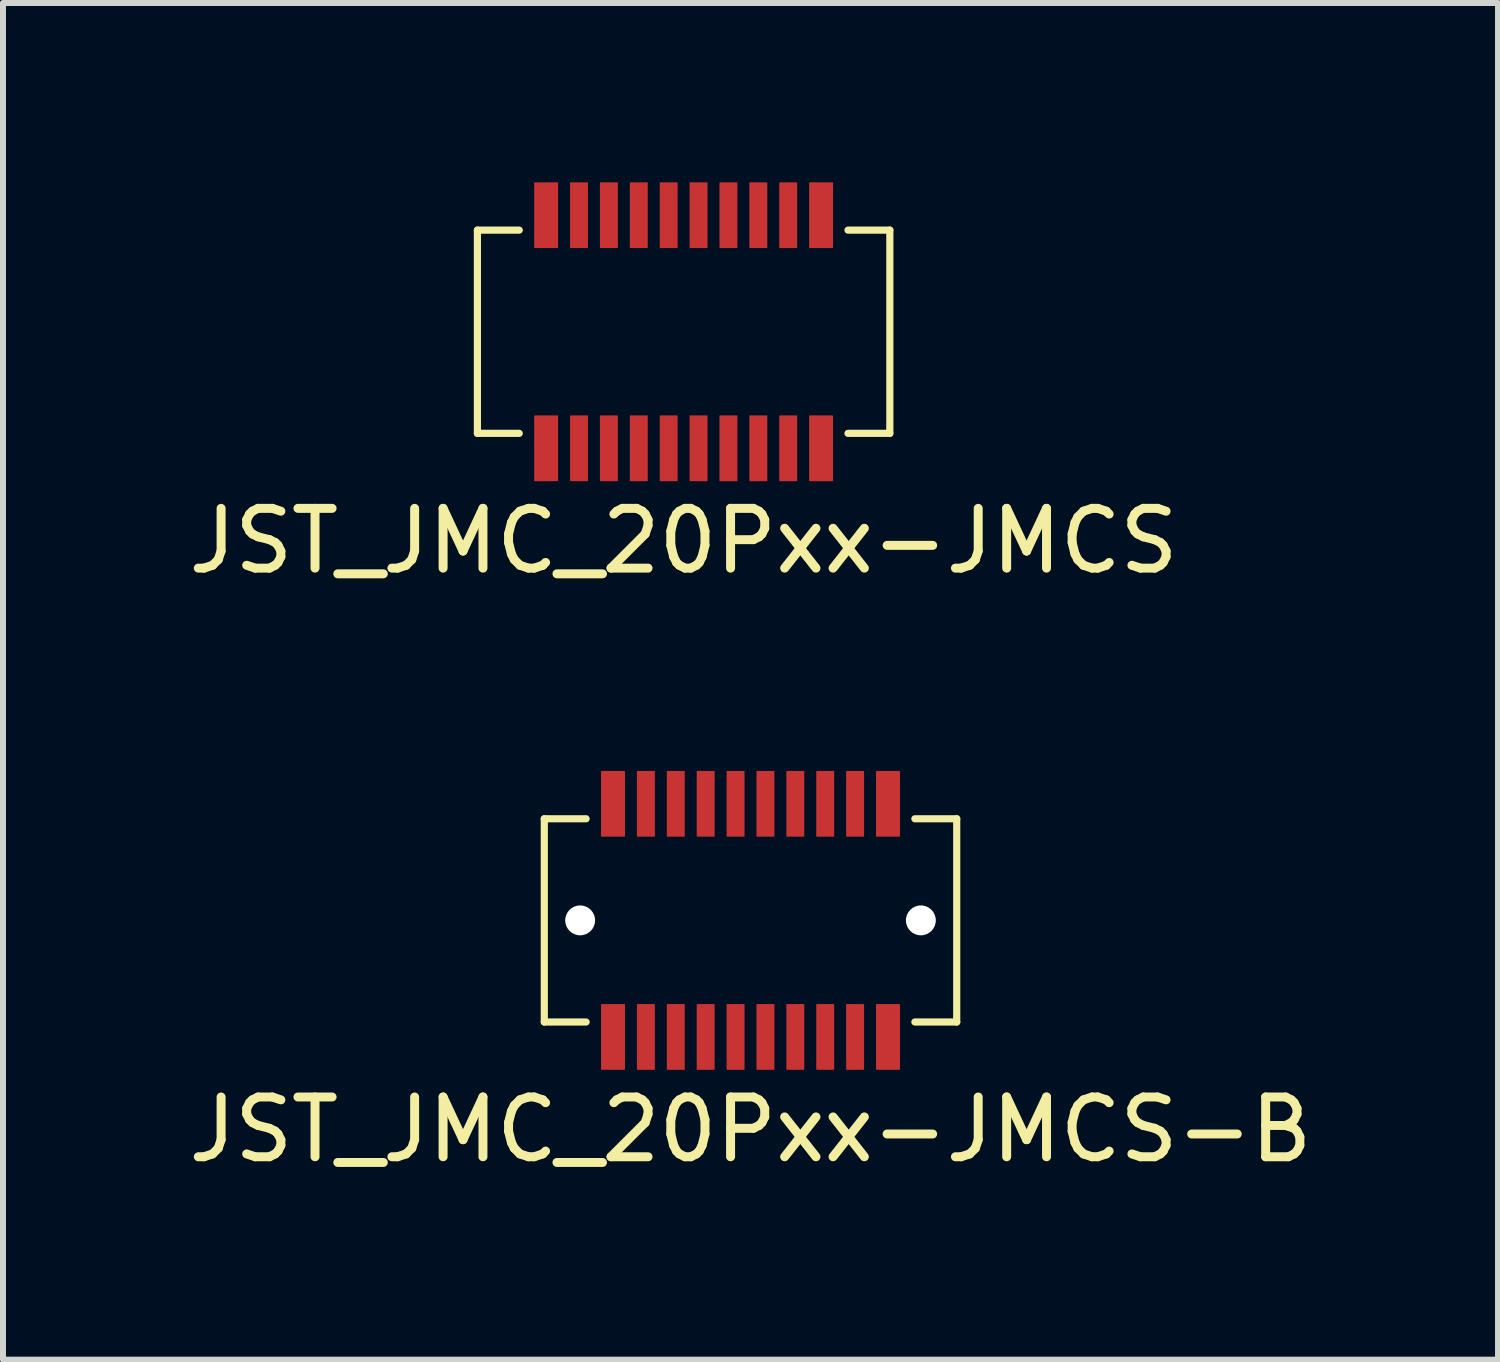
<source format=kicad_pcb>
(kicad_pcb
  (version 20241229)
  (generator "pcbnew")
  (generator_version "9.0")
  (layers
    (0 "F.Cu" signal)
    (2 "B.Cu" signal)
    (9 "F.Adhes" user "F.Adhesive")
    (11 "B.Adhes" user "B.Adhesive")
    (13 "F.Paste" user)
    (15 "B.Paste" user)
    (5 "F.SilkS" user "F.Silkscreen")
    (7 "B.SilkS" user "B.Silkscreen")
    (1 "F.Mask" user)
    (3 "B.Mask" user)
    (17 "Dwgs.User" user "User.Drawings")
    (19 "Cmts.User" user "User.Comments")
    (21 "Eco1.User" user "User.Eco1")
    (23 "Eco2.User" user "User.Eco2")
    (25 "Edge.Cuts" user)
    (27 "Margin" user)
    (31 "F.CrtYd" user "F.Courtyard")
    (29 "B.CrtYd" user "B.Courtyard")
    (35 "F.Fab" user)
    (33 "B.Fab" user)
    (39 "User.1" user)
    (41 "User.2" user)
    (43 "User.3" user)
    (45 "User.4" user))
  (footprint "JST_JMC_20Pxx-JMCS"
    (layer "F.Cu")
    (at 8.387 2.5)
    (property "Reference" "JST_JMC_20Pxx-JMCS" (at 0 3.5 0) (layer "F.SilkS") (effects (font (size 1 1) (thickness 0.15))))
    (attr through_hole)
    (fp_line (start -3.45 -1.7) (end -3.45 1.7) (stroke (width 0.12) (type solid)) (layer "F.SilkS"))
    (fp_line (start -3.45 1.7) (end -2.75 1.7) (stroke (width 0.12) (type solid)) (layer "F.SilkS"))
    (fp_line (start -2.75 -1.7) (end -3.45 -1.7) (stroke (width 0.12) (type solid)) (layer "F.SilkS"))
    (fp_line (start 2.75 1.7) (end 3.45 1.7) (stroke (width 0.12) (type solid)) (layer "F.SilkS"))
    (fp_line (start 3.45 -1.7) (end 2.75 -1.7) (stroke (width 0.12) (type solid)) (layer "F.SilkS"))
    (fp_line (start 3.45 1.7) (end 3.45 -1.7) (stroke (width 0.12) (type solid)) (layer "F.SilkS"))
    (pad "1" smd roundrect (at -2.3 -1.95) (size 0.4 1.1) (layers "F.Cu" "F.Mask" "F.Paste") (roundrect_rratio 0.025))
    (pad "2" smd roundrect (at -2.3 1.95 180) (size 0.4 1.1) (layers "F.Cu" "F.Mask" "F.Paste") (roundrect_rratio 0.025))
    (pad "3" smd roundrect (at -1.75 -1.95) (size 0.3 1.1) (layers "F.Cu" "F.Mask" "F.Paste") (roundrect_rratio 0.025))
    (pad "4" smd roundrect (at -1.75 1.95 180) (size 0.3 1.1) (layers "F.Cu" "F.Mask" "F.Paste") (roundrect_rratio 0.025))
    (pad "5" smd roundrect (at -1.25 -1.95) (size 0.3 1.1) (layers "F.Cu" "F.Mask" "F.Paste") (roundrect_rratio 0.025))
    (pad "6" smd roundrect (at -1.25 1.95 180) (size 0.3 1.1) (layers "F.Cu" "F.Mask" "F.Paste") (roundrect_rratio 0.025))
    (pad "7" smd roundrect (at -0.75 -1.95) (size 0.3 1.1) (layers "F.Cu" "F.Mask" "F.Paste") (roundrect_rratio 0.025))
    (pad "8" smd roundrect (at -0.75 1.95 180) (size 0.3 1.1) (layers "F.Cu" "F.Mask" "F.Paste") (roundrect_rratio 0.025))
    (pad "9" smd roundrect (at -0.25 -1.95) (size 0.3 1.1) (layers "F.Cu" "F.Mask" "F.Paste") (roundrect_rratio 0.025))
    (pad "10" smd roundrect (at -0.25 1.95 180) (size 0.3 1.1) (layers "F.Cu" "F.Mask" "F.Paste") (roundrect_rratio 0.025))
    (pad "11" smd roundrect (at 0.25 -1.95) (size 0.3 1.1) (layers "F.Cu" "F.Mask" "F.Paste") (roundrect_rratio 0.025))
    (pad "12" smd roundrect (at 0.25 1.95 180) (size 0.3 1.1) (layers "F.Cu" "F.Mask" "F.Paste") (roundrect_rratio 0.025))
    (pad "13" smd roundrect (at 0.75 -1.95) (size 0.3 1.1) (layers "F.Cu" "F.Mask" "F.Paste") (roundrect_rratio 0.025))
    (pad "14" smd roundrect (at 0.75 1.95 180) (size 0.3 1.1) (layers "F.Cu" "F.Mask" "F.Paste") (roundrect_rratio 0.025))
    (pad "15" smd roundrect (at 1.25 -1.95) (size 0.3 1.1) (layers "F.Cu" "F.Mask" "F.Paste") (roundrect_rratio 0.025))
    (pad "16" smd roundrect (at 1.25 1.95 180) (size 0.3 1.1) (layers "F.Cu" "F.Mask" "F.Paste") (roundrect_rratio 0.025))
    (pad "17" smd roundrect (at 1.75 -1.95) (size 0.3 1.1) (layers "F.Cu" "F.Mask" "F.Paste") (roundrect_rratio 0.025))
    (pad "18" smd roundrect (at 1.75 1.95 180) (size 0.3 1.1) (layers "F.Cu" "F.Mask" "F.Paste") (roundrect_rratio 0.025))
    (pad "19" smd roundrect (at 2.3 -1.95) (size 0.4 1.1) (layers "F.Cu" "F.Mask" "F.Paste") (roundrect_rratio 0.025))
    (pad "20" smd roundrect (at 2.3 1.95 180) (size 0.4 1.1) (layers "F.Cu" "F.Mask" "F.Paste") (roundrect_rratio 0.025)))
  (footprint "JST_JMC_20Pxx-JMCS-B"
    (layer "F.Cu")
    (at 9.506 12.348)
    (property "Reference" "JST_JMC_20Pxx-JMCS-B" (at 0 3.5 0) (layer "F.SilkS") (effects (font (size 1 1) (thickness 0.15))))
    (attr through_hole)
    (fp_line (start -3.45 -1.7) (end -3.45 1.7) (stroke (width 0.12) (type solid)) (layer "F.SilkS"))
    (fp_line (start -3.45 1.7) (end -2.75 1.7) (stroke (width 0.12) (type solid)) (layer "F.SilkS"))
    (fp_line (start -2.75 -1.7) (end -3.45 -1.7) (stroke (width 0.12) (type solid)) (layer "F.SilkS"))
    (fp_line (start 2.75 1.7) (end 3.45 1.7) (stroke (width 0.12) (type solid)) (layer "F.SilkS"))
    (fp_line (start 3.45 -1.7) (end 2.75 -1.7) (stroke (width 0.12) (type solid)) (layer "F.SilkS"))
    (fp_line (start 3.45 1.7) (end 3.45 -1.7) (stroke (width 0.12) (type solid)) (layer "F.SilkS"))
    (pad "" np_thru_hole circle (at -2.85 0) (size 0.5 0.5) (drill 0.5) (layers "*.Cu" "*.Mask"))
    (pad "" np_thru_hole circle (at 2.85 0 180) (size 0.5 0.5) (drill 0.5) (layers "*.Cu" "*.Mask"))
    (pad "1" smd roundrect (at -2.3 -1.95) (size 0.4 1.1) (layers "F.Cu" "F.Mask" "F.Paste") (roundrect_rratio 0.025))
    (pad "2" smd roundrect (at -2.3 1.95 180) (size 0.4 1.1) (layers "F.Cu" "F.Mask" "F.Paste") (roundrect_rratio 0.025))
    (pad "3" smd roundrect (at -1.75 -1.95) (size 0.3 1.1) (layers "F.Cu" "F.Mask" "F.Paste") (roundrect_rratio 0.025))
    (pad "4" smd roundrect (at -1.75 1.95 180) (size 0.3 1.1) (layers "F.Cu" "F.Mask" "F.Paste") (roundrect_rratio 0.025))
    (pad "5" smd roundrect (at -1.25 -1.95) (size 0.3 1.1) (layers "F.Cu" "F.Mask" "F.Paste") (roundrect_rratio 0.025))
    (pad "6" smd roundrect (at -1.25 1.95 180) (size 0.3 1.1) (layers "F.Cu" "F.Mask" "F.Paste") (roundrect_rratio 0.025))
    (pad "7" smd roundrect (at -0.75 -1.95) (size 0.3 1.1) (layers "F.Cu" "F.Mask" "F.Paste") (roundrect_rratio 0.025))
    (pad "8" smd roundrect (at -0.75 1.95 180) (size 0.3 1.1) (layers "F.Cu" "F.Mask" "F.Paste") (roundrect_rratio 0.025))
    (pad "9" smd roundrect (at -0.25 -1.95) (size 0.3 1.1) (layers "F.Cu" "F.Mask" "F.Paste") (roundrect_rratio 0.025))
    (pad "10" smd roundrect (at -0.25 1.95 180) (size 0.3 1.1) (layers "F.Cu" "F.Mask" "F.Paste") (roundrect_rratio 0.025))
    (pad "11" smd roundrect (at 0.25 -1.95) (size 0.3 1.1) (layers "F.Cu" "F.Mask" "F.Paste") (roundrect_rratio 0.025))
    (pad "12" smd roundrect (at 0.25 1.95 180) (size 0.3 1.1) (layers "F.Cu" "F.Mask" "F.Paste") (roundrect_rratio 0.025))
    (pad "13" smd roundrect (at 0.75 -1.95) (size 0.3 1.1) (layers "F.Cu" "F.Mask" "F.Paste") (roundrect_rratio 0.025))
    (pad "14" smd roundrect (at 0.75 1.95 180) (size 0.3 1.1) (layers "F.Cu" "F.Mask" "F.Paste") (roundrect_rratio 0.025))
    (pad "15" smd roundrect (at 1.25 -1.95) (size 0.3 1.1) (layers "F.Cu" "F.Mask" "F.Paste") (roundrect_rratio 0.025))
    (pad "16" smd roundrect (at 1.25 1.95 180) (size 0.3 1.1) (layers "F.Cu" "F.Mask" "F.Paste") (roundrect_rratio 0.025))
    (pad "17" smd roundrect (at 1.75 -1.95) (size 0.3 1.1) (layers "F.Cu" "F.Mask" "F.Paste") (roundrect_rratio 0.025))
    (pad "18" smd roundrect (at 1.75 1.95 180) (size 0.3 1.1) (layers "F.Cu" "F.Mask" "F.Paste") (roundrect_rratio 0.025))
    (pad "19" smd roundrect (at 2.3 -1.95) (size 0.4 1.1) (layers "F.Cu" "F.Mask" "F.Paste") (roundrect_rratio 0.025))
    (pad "20" smd roundrect (at 2.3 1.95 180) (size 0.4 1.1) (layers "F.Cu" "F.Mask" "F.Paste") (roundrect_rratio 0.025)))
  (gr_rect
    (start -3 -3)
    (end 22.012 19.697)
    (stroke (width 0.1) (type default))
    (fill no)
    (layer "Edge.Cuts")))
</source>
